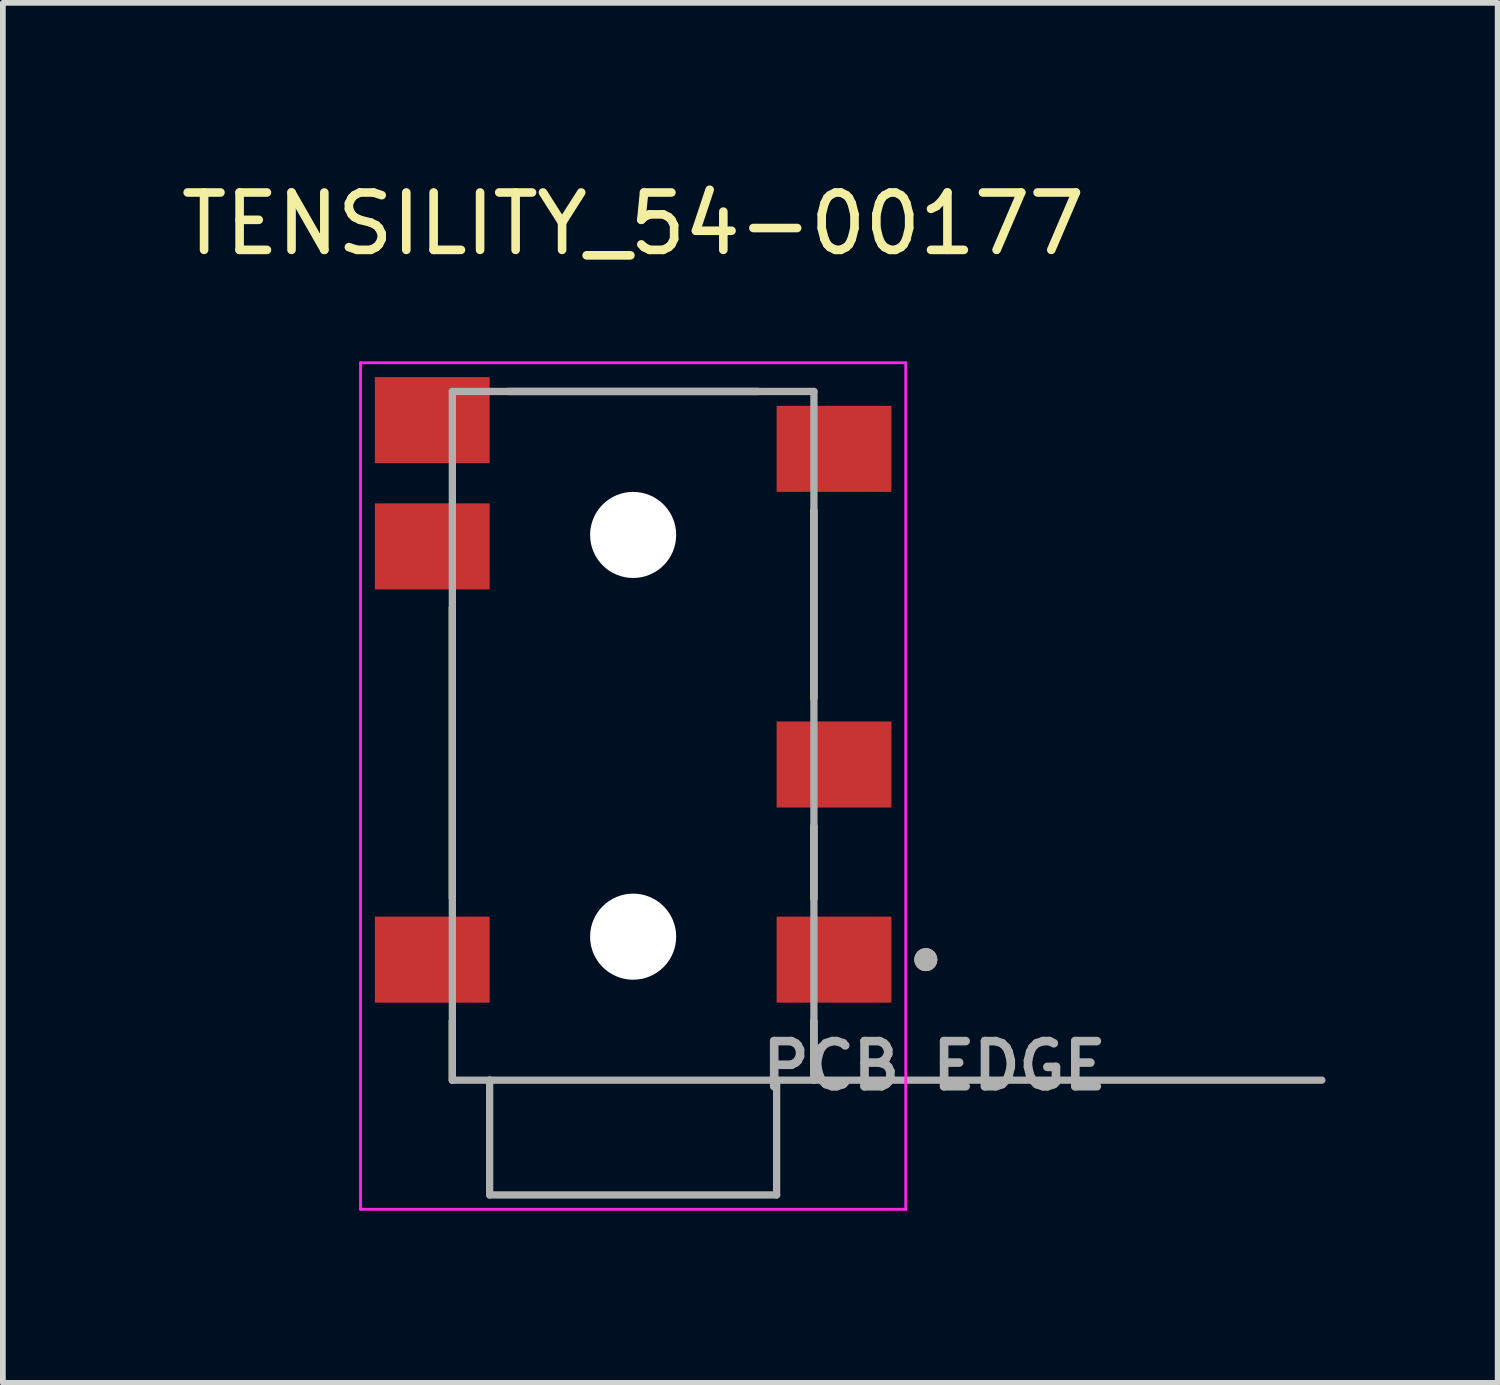
<source format=kicad_pcb>
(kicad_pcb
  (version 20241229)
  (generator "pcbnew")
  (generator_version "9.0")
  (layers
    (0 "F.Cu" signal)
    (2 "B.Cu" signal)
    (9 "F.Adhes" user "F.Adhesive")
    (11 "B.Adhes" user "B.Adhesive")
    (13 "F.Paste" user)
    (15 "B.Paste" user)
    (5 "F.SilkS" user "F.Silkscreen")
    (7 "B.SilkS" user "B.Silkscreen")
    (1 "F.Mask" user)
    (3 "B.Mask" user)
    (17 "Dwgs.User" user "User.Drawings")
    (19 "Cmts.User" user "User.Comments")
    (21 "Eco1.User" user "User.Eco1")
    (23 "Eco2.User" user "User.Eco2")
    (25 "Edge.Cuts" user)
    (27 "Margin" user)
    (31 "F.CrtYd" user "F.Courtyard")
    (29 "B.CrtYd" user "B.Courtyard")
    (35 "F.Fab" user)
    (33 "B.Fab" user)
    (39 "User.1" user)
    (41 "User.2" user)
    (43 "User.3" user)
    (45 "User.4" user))
  (footprint "TENSILITY_54-00177"
    (layer "F.Cu")
    (at 7.982 9.771)
    (property "Reference" "TENSILITY_54-00177" (at 0 -8.922 0) (layer "F.SilkS") (effects (font (size 1 1) (thickness 0.15))))
    (attr smd)
    (fp_line (start -3.15 -2.23) (end -3.15 2.83) (stroke (width 0.127) (type solid)) (layer "F.SilkS"))
    (fp_line (start -3.15 6) (end -3.15 4.97) (stroke (width 0.127) (type solid)) (layer "F.SilkS"))
    (fp_line (start -2.18 -6) (end 2.18 -6) (stroke (width 0.127) (type solid)) (layer "F.SilkS"))
    (fp_line (start 3.15 -0.656) (end 3.15 -3.93) (stroke (width 0.127) (type solid)) (layer "F.SilkS"))
    (fp_line (start 3.15 2.835) (end 3.15 1.57) (stroke (width 0.127) (type solid)) (layer "F.SilkS"))
    (fp_line (start 3.15 6) (end 3.15 4.97) (stroke (width 0.127) (type solid)) (layer "F.SilkS"))
    (fp_circle (center 5.1 3.9) (end 5.2 3.9) (stroke (width 0.2) (type solid)) (fill no) (layer "F.SilkS"))
    (fp_line (start -4.75 -6.5) (end -4.75 8.25) (stroke (width 0.05) (type solid)) (layer "F.CrtYd"))
    (fp_line (start -4.75 8.25) (end 4.75 8.25) (stroke (width 0.05) (type solid)) (layer "F.CrtYd"))
    (fp_line (start 4.75 -6.5) (end -4.75 -6.5) (stroke (width 0.05) (type solid)) (layer "F.CrtYd"))
    (fp_line (start 4.75 8.25) (end 4.75 -6.5) (stroke (width 0.05) (type solid)) (layer "F.CrtYd"))
    (fp_line (start -3.15 -6) (end -3.15 6) (stroke (width 0.127) (type solid)) (layer "F.Fab"))
    (fp_line (start -3.15 6) (end -2.5 6) (stroke (width 0.127) (type solid)) (layer "F.Fab"))
    (fp_line (start -2.5 6) (end -2.5 8) (stroke (width 0.127) (type solid)) (layer "F.Fab"))
    (fp_line (start -2.5 6) (end 2.5 6) (stroke (width 0.127) (type solid)) (layer "F.Fab"))
    (fp_line (start -2.5 8) (end 2.5 8) (stroke (width 0.127) (type solid)) (layer "F.Fab"))
    (fp_line (start 2.5 6) (end 3.15 6) (stroke (width 0.127) (type solid)) (layer "F.Fab"))
    (fp_line (start 2.5 8) (end 2.5 6) (stroke (width 0.127) (type solid)) (layer "F.Fab"))
    (fp_line (start 3.15 -6) (end -3.15 -6) (stroke (width 0.127) (type solid)) (layer "F.Fab"))
    (fp_line (start 3.15 6) (end 3.15 -6) (stroke (width 0.127) (type solid)) (layer "F.Fab"))
    (fp_line (start 3.15 6) (end 12 6) (stroke (width 0.127) (type solid)) (layer "F.Fab"))
    (fp_circle (center 5.1 3.9) (end 5.2 3.9) (stroke (width 0.2) (type solid)) (fill no) (layer "F.Fab"))
    (fp_text user "PCB EDGE" (at 5.25 5.75 0) (layer "F.Fab") (effects (font (size 0.787 0.787) (thickness 0.15))))
    (pad "" np_thru_hole circle (at 0 -3.5) (size 1.5 1.5) (drill 1.5) (layers "*.Cu" "*.Mask"))
    (pad "" np_thru_hole circle (at 0 3.5) (size 1.5 1.5) (drill 1.5) (layers "*.Cu" "*.Mask"))
    (pad "1" smd rect (at 3.5 3.9) (size 2 1.5) (layers "F.Cu" "F.Mask" "F.Paste"))
    (pad "2" smd rect (at -3.5 3.9) (size 2 1.5) (layers "F.Cu" "F.Mask" "F.Paste"))
    (pad "3" smd rect (at 3.5 0.5) (size 2 1.5) (layers "F.Cu" "F.Mask" "F.Paste"))
    (pad "4" smd rect (at -3.5 -3.3) (size 2 1.5) (layers "F.Cu" "F.Mask" "F.Paste"))
    (pad "5" smd rect (at -3.5 -5.5) (size 2 1.5) (layers "F.Cu" "F.Mask" "F.Paste"))
    (pad "6" smd rect (at 3.5 -5) (size 2 1.5) (layers "F.Cu" "F.Mask" "F.Paste")))
  (gr_rect
    (start -3 -3)
    (end 23.046 21.046)
    (stroke (width 0.1) (type default))
    (fill no)
    (layer "Edge.Cuts")))
</source>
